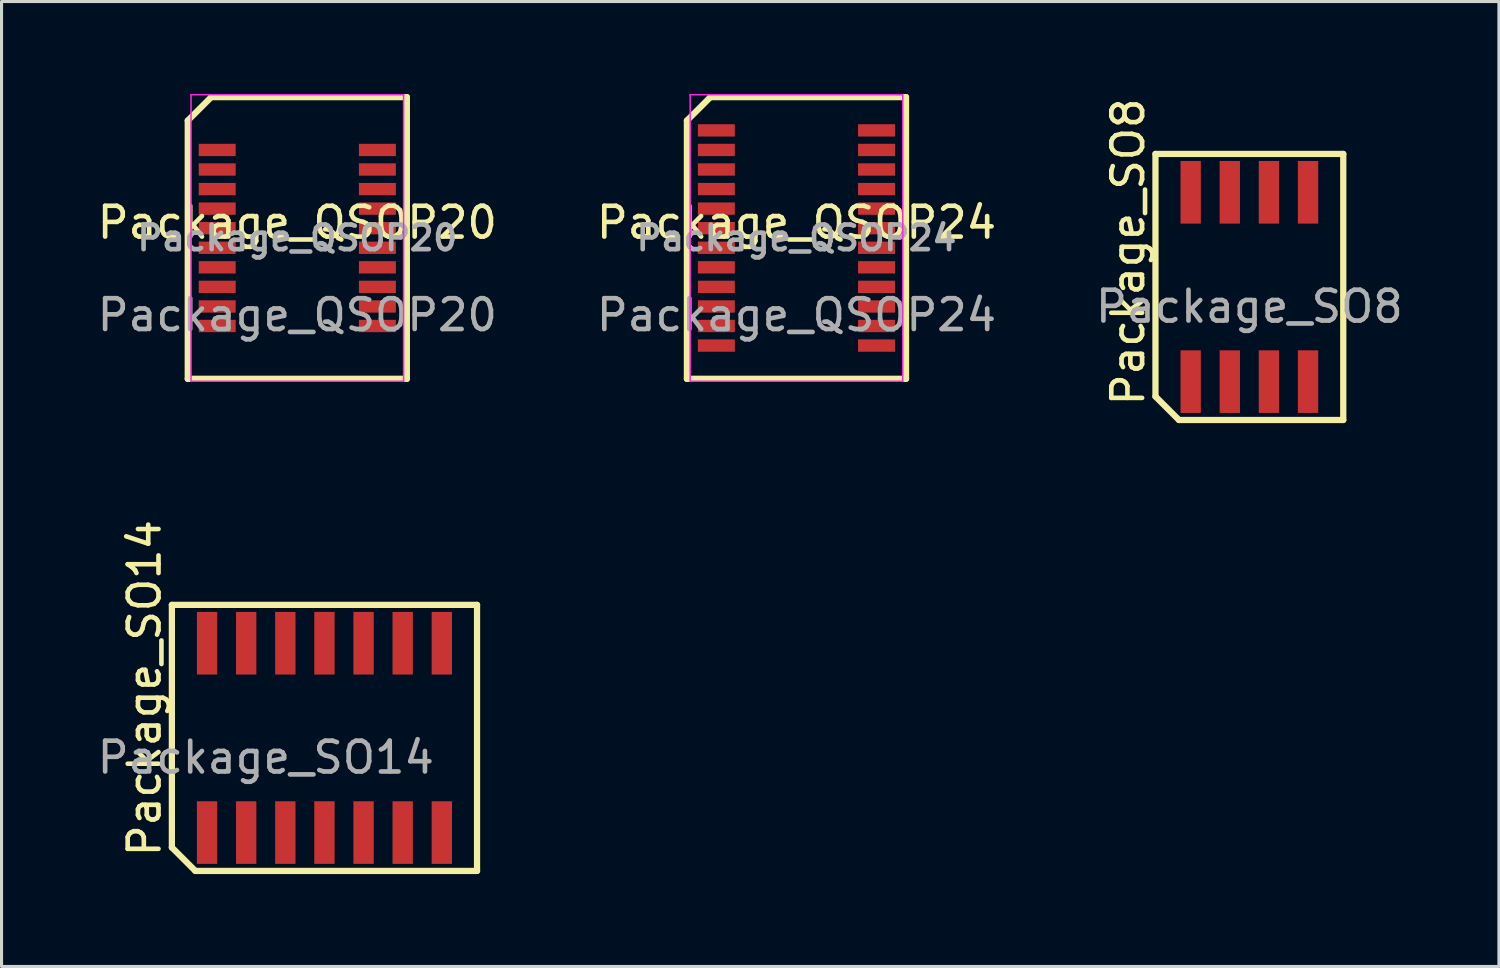
<source format=kicad_pcb>
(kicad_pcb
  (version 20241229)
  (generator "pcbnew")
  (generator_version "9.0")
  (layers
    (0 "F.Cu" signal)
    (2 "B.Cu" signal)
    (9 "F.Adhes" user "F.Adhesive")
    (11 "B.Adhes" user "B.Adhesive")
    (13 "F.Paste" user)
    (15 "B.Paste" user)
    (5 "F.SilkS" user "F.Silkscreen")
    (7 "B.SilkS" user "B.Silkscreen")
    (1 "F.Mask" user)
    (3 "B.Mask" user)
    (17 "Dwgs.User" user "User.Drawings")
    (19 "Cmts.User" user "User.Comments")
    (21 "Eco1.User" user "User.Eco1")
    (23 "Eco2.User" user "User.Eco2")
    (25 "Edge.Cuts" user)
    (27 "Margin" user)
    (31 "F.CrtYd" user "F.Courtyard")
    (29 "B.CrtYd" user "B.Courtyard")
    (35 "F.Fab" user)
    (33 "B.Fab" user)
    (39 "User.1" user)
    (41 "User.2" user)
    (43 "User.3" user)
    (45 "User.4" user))
  (footprint "Package_SO8"
    (layer "F.Cu")
    (at 37.506 6.265)
    (property "Reference" "Package_SO8" (at -3.937 3.937 90) (unlocked yes) (layer "F.SilkS") (effects (font (size 1 1) (thickness 0.15)) (justify left)))
    (attr smd)
    (fp_line (start -3.048 -4.318) (end -3.048 3.556) (stroke (width 0.203) (type solid)) (layer "F.SilkS"))
    (fp_line (start -3.048 3.556) (end -2.286 4.318) (stroke (width 0.203) (type solid)) (layer "F.SilkS"))
    (fp_line (start -2.286 4.318) (end 3.048 4.318) (stroke (width 0.203) (type solid)) (layer "F.SilkS"))
    (fp_line (start 3.048 -4.318) (end -3.048 -4.318) (stroke (width 0.203) (type solid)) (layer "F.SilkS"))
    (fp_line (start 3.048 4.318) (end 3.048 -4.318) (stroke (width 0.203) (type solid)) (layer "F.SilkS"))
    (fp_text user "${REFERENCE}" (at 0 0.635 0) (unlocked yes) (layer "F.Fab") (effects (font (size 1 1) (thickness 0.15))))
    (pad "1" smd rect (at -1.905 3.073) (size 0.66 2.032) (layers "F.Cu" "F.Mask" "F.Paste"))
    (pad "2" smd rect (at -0.635 3.073) (size 0.66 2.032) (layers "F.Cu" "F.Mask" "F.Paste"))
    (pad "3" smd rect (at 0.635 3.073) (size 0.66 2.032) (layers "F.Cu" "F.Mask" "F.Paste"))
    (pad "4" smd rect (at 1.905 3.073) (size 0.66 2.032) (layers "F.Cu" "F.Mask" "F.Paste"))
    (pad "5" smd rect (at 1.905 -3.073) (size 0.66 2.032) (layers "F.Cu" "F.Mask" "F.Paste"))
    (pad "6" smd rect (at 0.635 -3.073) (size 0.66 2.032) (layers "F.Cu" "F.Mask" "F.Paste"))
    (pad "7" smd rect (at -0.635 -3.073) (size 0.66 2.032) (layers "F.Cu" "F.Mask" "F.Paste"))
    (pad "8" smd rect (at -1.905 -3.073) (size 0.66 2.032) (layers "F.Cu" "F.Mask" "F.Paste")))
  (footprint "Package_QSOP20"
    (layer "F.Cu")
    (at 6.601 4.675)
    (property "Reference" "Package_QSOP20" (at 0 -0.5 0) (unlocked yes) (layer "F.SilkS") (effects (font (size 1 1) (thickness 0.15))))
    (attr smd)
    (fp_line (start -3.556 -3.81) (end -2.794 -4.572) (stroke (width 0.203) (type solid)) (layer "F.SilkS"))
    (fp_line (start -3.556 4.572) (end -3.556 -3.81) (stroke (width 0.203) (type solid)) (layer "F.SilkS"))
    (fp_line (start -2.794 -4.572) (end 3.556 -4.572) (stroke (width 0.203) (type solid)) (layer "F.SilkS"))
    (fp_line (start 3.556 -4.572) (end 3.556 4.572) (stroke (width 0.203) (type solid)) (layer "F.SilkS"))
    (fp_line (start 3.556 4.572) (end -3.556 4.572) (stroke (width 0.203) (type solid)) (layer "F.SilkS"))
    (fp_line (start -3.45 -4.65) (end -3.45 4.65) (stroke (width 0.05) (type solid)) (layer "F.CrtYd"))
    (fp_line (start -3.45 -4.65) (end 3.45 -4.65) (stroke (width 0.05) (type solid)) (layer "F.CrtYd"))
    (fp_line (start -3.45 4.65) (end 3.45 4.65) (stroke (width 0.05) (type solid)) (layer "F.CrtYd"))
    (fp_line (start 3.45 -4.65) (end 3.45 4.65) (stroke (width 0.05) (type solid)) (layer "F.CrtYd"))
    (fp_text user "${REFERENCE}" (at 0 0 0) (layer "F.Fab") (effects (font (size 0.8 0.8) (thickness 0.15))))
    (fp_text user "${REFERENCE}" (at 0 2.5 0) (unlocked yes) (layer "F.Fab") (effects (font (size 1 1) (thickness 0.15))))
    (pad "1" smd rect (at -2.6 -2.857) (size 1.2 0.4) (layers "F.Cu" "F.Mask" "F.Paste"))
    (pad "2" smd rect (at -2.6 -2.223) (size 1.2 0.4) (layers "F.Cu" "F.Mask" "F.Paste"))
    (pad "3" smd rect (at -2.6 -1.587) (size 1.2 0.4) (layers "F.Cu" "F.Mask" "F.Paste"))
    (pad "4" smd rect (at -2.6 -0.953) (size 1.2 0.4) (layers "F.Cu" "F.Mask" "F.Paste"))
    (pad "5" smd rect (at -2.6 -0.318) (size 1.2 0.4) (layers "F.Cu" "F.Mask" "F.Paste"))
    (pad "6" smd rect (at -2.6 0.318) (size 1.2 0.4) (layers "F.Cu" "F.Mask" "F.Paste"))
    (pad "7" smd rect (at -2.6 0.953) (size 1.2 0.4) (layers "F.Cu" "F.Mask" "F.Paste"))
    (pad "8" smd rect (at -2.6 1.587) (size 1.2 0.4) (layers "F.Cu" "F.Mask" "F.Paste"))
    (pad "9" smd rect (at -2.6 2.223) (size 1.2 0.4) (layers "F.Cu" "F.Mask" "F.Paste"))
    (pad "10" smd rect (at -2.6 2.857) (size 1.2 0.4) (layers "F.Cu" "F.Mask" "F.Paste"))
    (pad "11" smd rect (at 2.6 2.857) (size 1.2 0.4) (layers "F.Cu" "F.Mask" "F.Paste"))
    (pad "12" smd rect (at 2.6 2.223) (size 1.2 0.4) (layers "F.Cu" "F.Mask" "F.Paste"))
    (pad "13" smd rect (at 2.6 1.587) (size 1.2 0.4) (layers "F.Cu" "F.Mask" "F.Paste"))
    (pad "14" smd rect (at 2.6 0.953) (size 1.2 0.4) (layers "F.Cu" "F.Mask" "F.Paste"))
    (pad "15" smd rect (at 2.6 0.318) (size 1.2 0.4) (layers "F.Cu" "F.Mask" "F.Paste"))
    (pad "16" smd rect (at 2.6 -0.318) (size 1.2 0.4) (layers "F.Cu" "F.Mask" "F.Paste"))
    (pad "17" smd rect (at 2.6 -0.953) (size 1.2 0.4) (layers "F.Cu" "F.Mask" "F.Paste"))
    (pad "18" smd rect (at 2.6 -1.587) (size 1.2 0.4) (layers "F.Cu" "F.Mask" "F.Paste"))
    (pad "19" smd rect (at 2.6 -2.223) (size 1.2 0.4) (layers "F.Cu" "F.Mask" "F.Paste"))
    (pad "20" smd rect (at 2.6 -2.857) (size 1.2 0.4) (layers "F.Cu" "F.Mask" "F.Paste")))
  (footprint "Package_SO14"
    (layer "F.Cu")
    (at 7.482 20.903)
    (property "Reference" "Package_SO14" (at -5.842 3.937 90) (unlocked yes) (layer "F.SilkS") (effects (font (size 1 1) (thickness 0.15)) (justify left)))
    (attr smd)
    (fp_line (start -4.953 -4.318) (end -4.953 3.556) (stroke (width 0.203) (type solid)) (layer "F.SilkS"))
    (fp_line (start -4.953 3.556) (end -4.191 4.318) (stroke (width 0.203) (type solid)) (layer "F.SilkS"))
    (fp_line (start -4.191 4.318) (end 4.953 4.318) (stroke (width 0.203) (type solid)) (layer "F.SilkS"))
    (fp_line (start 4.953 -4.318) (end -4.953 -4.318) (stroke (width 0.203) (type solid)) (layer "F.SilkS"))
    (fp_line (start 4.953 4.318) (end 4.953 -4.318) (stroke (width 0.203) (type solid)) (layer "F.SilkS"))
    (fp_text user "${REFERENCE}" (at -1.905 0.635 0) (unlocked yes) (layer "F.Fab") (effects (font (size 1 1) (thickness 0.15))))
    (pad "1" smd rect (at -3.81 3.073) (size 0.66 2.032) (layers "F.Cu" "F.Mask" "F.Paste"))
    (pad "2" smd rect (at -2.54 3.073) (size 0.66 2.032) (layers "F.Cu" "F.Mask" "F.Paste"))
    (pad "3" smd rect (at -1.27 3.073) (size 0.66 2.032) (layers "F.Cu" "F.Mask" "F.Paste"))
    (pad "4" smd rect (at 0 3.073) (size 0.66 2.032) (layers "F.Cu" "F.Mask" "F.Paste"))
    (pad "5" smd rect (at 1.27 3.073) (size 0.66 2.032) (layers "F.Cu" "F.Mask" "F.Paste"))
    (pad "6" smd rect (at 2.54 3.073) (size 0.66 2.032) (layers "F.Cu" "F.Mask" "F.Paste"))
    (pad "7" smd rect (at 3.81 3.073) (size 0.66 2.032) (layers "F.Cu" "F.Mask" "F.Paste"))
    (pad "8" smd rect (at 3.81 -3.073) (size 0.66 2.032) (layers "F.Cu" "F.Mask" "F.Paste"))
    (pad "9" smd rect (at 2.54 -3.073) (size 0.66 2.032) (layers "F.Cu" "F.Mask" "F.Paste"))
    (pad "10" smd rect (at 1.27 -3.073) (size 0.66 2.032) (layers "F.Cu" "F.Mask" "F.Paste"))
    (pad "11" smd rect (at 0 -3.073) (size 0.66 2.032) (layers "F.Cu" "F.Mask" "F.Paste"))
    (pad "12" smd rect (at -1.27 -3.073) (size 0.66 2.032) (layers "F.Cu" "F.Mask" "F.Paste"))
    (pad "13" smd rect (at -2.54 -3.073) (size 0.66 2.032) (layers "F.Cu" "F.Mask" "F.Paste"))
    (pad "14" smd rect (at -3.81 -3.073) (size 0.66 2.032) (layers "F.Cu" "F.Mask" "F.Paste")))
  (footprint "Package_QSOP24"
    (layer "F.Cu")
    (at 22.804 4.675)
    (property "Reference" "Package_QSOP24" (at 0 -0.5 0) (unlocked yes) (layer "F.SilkS") (effects (font (size 1 1) (thickness 0.15))))
    (attr smd)
    (fp_line (start -3.556 -3.81) (end -2.794 -4.572) (stroke (width 0.203) (type solid)) (layer "F.SilkS"))
    (fp_line (start -3.556 4.572) (end -3.556 -3.81) (stroke (width 0.203) (type solid)) (layer "F.SilkS"))
    (fp_line (start -2.794 -4.572) (end 3.556 -4.572) (stroke (width 0.203) (type solid)) (layer "F.SilkS"))
    (fp_line (start 3.556 -4.572) (end 3.556 4.572) (stroke (width 0.203) (type solid)) (layer "F.SilkS"))
    (fp_line (start 3.556 4.572) (end -3.556 4.572) (stroke (width 0.203) (type solid)) (layer "F.SilkS"))
    (fp_line (start -3.45 -4.65) (end -3.45 4.65) (stroke (width 0.05) (type solid)) (layer "F.CrtYd"))
    (fp_line (start -3.45 -4.65) (end 3.45 -4.65) (stroke (width 0.05) (type solid)) (layer "F.CrtYd"))
    (fp_line (start -3.45 4.65) (end 3.45 4.65) (stroke (width 0.05) (type solid)) (layer "F.CrtYd"))
    (fp_line (start 3.45 -4.65) (end 3.45 4.65) (stroke (width 0.05) (type solid)) (layer "F.CrtYd"))
    (fp_text user "${REFERENCE}" (at 0 0 0) (layer "F.Fab") (effects (font (size 0.8 0.8) (thickness 0.15))))
    (fp_text user "${REFERENCE}" (at 0 2.5 0) (unlocked yes) (layer "F.Fab") (effects (font (size 1 1) (thickness 0.15))))
    (pad "1" smd rect (at -2.6 -3.493) (size 1.2 0.4) (layers "F.Cu" "F.Mask" "F.Paste"))
    (pad "2" smd rect (at -2.6 -2.857) (size 1.2 0.4) (layers "F.Cu" "F.Mask" "F.Paste"))
    (pad "3" smd rect (at -2.6 -2.223) (size 1.2 0.4) (layers "F.Cu" "F.Mask" "F.Paste"))
    (pad "4" smd rect (at -2.6 -1.587) (size 1.2 0.4) (layers "F.Cu" "F.Mask" "F.Paste"))
    (pad "5" smd rect (at -2.6 -0.953) (size 1.2 0.4) (layers "F.Cu" "F.Mask" "F.Paste"))
    (pad "6" smd rect (at -2.6 -0.318) (size 1.2 0.4) (layers "F.Cu" "F.Mask" "F.Paste"))
    (pad "7" smd rect (at -2.6 0.318) (size 1.2 0.4) (layers "F.Cu" "F.Mask" "F.Paste"))
    (pad "8" smd rect (at -2.6 0.953) (size 1.2 0.4) (layers "F.Cu" "F.Mask" "F.Paste"))
    (pad "9" smd rect (at -2.6 1.587) (size 1.2 0.4) (layers "F.Cu" "F.Mask" "F.Paste"))
    (pad "10" smd rect (at -2.6 2.223) (size 1.2 0.4) (layers "F.Cu" "F.Mask" "F.Paste"))
    (pad "11" smd rect (at -2.6 2.857) (size 1.2 0.4) (layers "F.Cu" "F.Mask" "F.Paste"))
    (pad "12" smd rect (at -2.6 3.493) (size 1.2 0.4) (layers "F.Cu" "F.Mask" "F.Paste"))
    (pad "13" smd rect (at 2.6 3.493) (size 1.2 0.4) (layers "F.Cu" "F.Mask" "F.Paste"))
    (pad "14" smd rect (at 2.6 2.857) (size 1.2 0.4) (layers "F.Cu" "F.Mask" "F.Paste"))
    (pad "15" smd rect (at 2.6 2.223) (size 1.2 0.4) (layers "F.Cu" "F.Mask" "F.Paste"))
    (pad "16" smd rect (at 2.6 1.587) (size 1.2 0.4) (layers "F.Cu" "F.Mask" "F.Paste"))
    (pad "17" smd rect (at 2.6 0.953) (size 1.2 0.4) (layers "F.Cu" "F.Mask" "F.Paste"))
    (pad "18" smd rect (at 2.6 0.318) (size 1.2 0.4) (layers "F.Cu" "F.Mask" "F.Paste"))
    (pad "19" smd rect (at 2.6 -0.318) (size 1.2 0.4) (layers "F.Cu" "F.Mask" "F.Paste"))
    (pad "20" smd rect (at 2.6 -0.953) (size 1.2 0.4) (layers "F.Cu" "F.Mask" "F.Paste"))
    (pad "21" smd rect (at 2.6 -1.587) (size 1.2 0.4) (layers "F.Cu" "F.Mask" "F.Paste"))
    (pad "22" smd rect (at 2.6 -2.223) (size 1.2 0.4) (layers "F.Cu" "F.Mask" "F.Paste"))
    (pad "23" smd rect (at 2.6 -2.857) (size 1.2 0.4) (layers "F.Cu" "F.Mask" "F.Paste"))
    (pad "24" smd rect (at 2.6 -3.493) (size 1.2 0.4) (layers "F.Cu" "F.Mask" "F.Paste")))
  (gr_rect
    (start -3 -3)
    (end 45.607 28.322)
    (stroke (width 0.1) (type default))
    (fill no)
    (layer "Edge.Cuts")))
</source>
